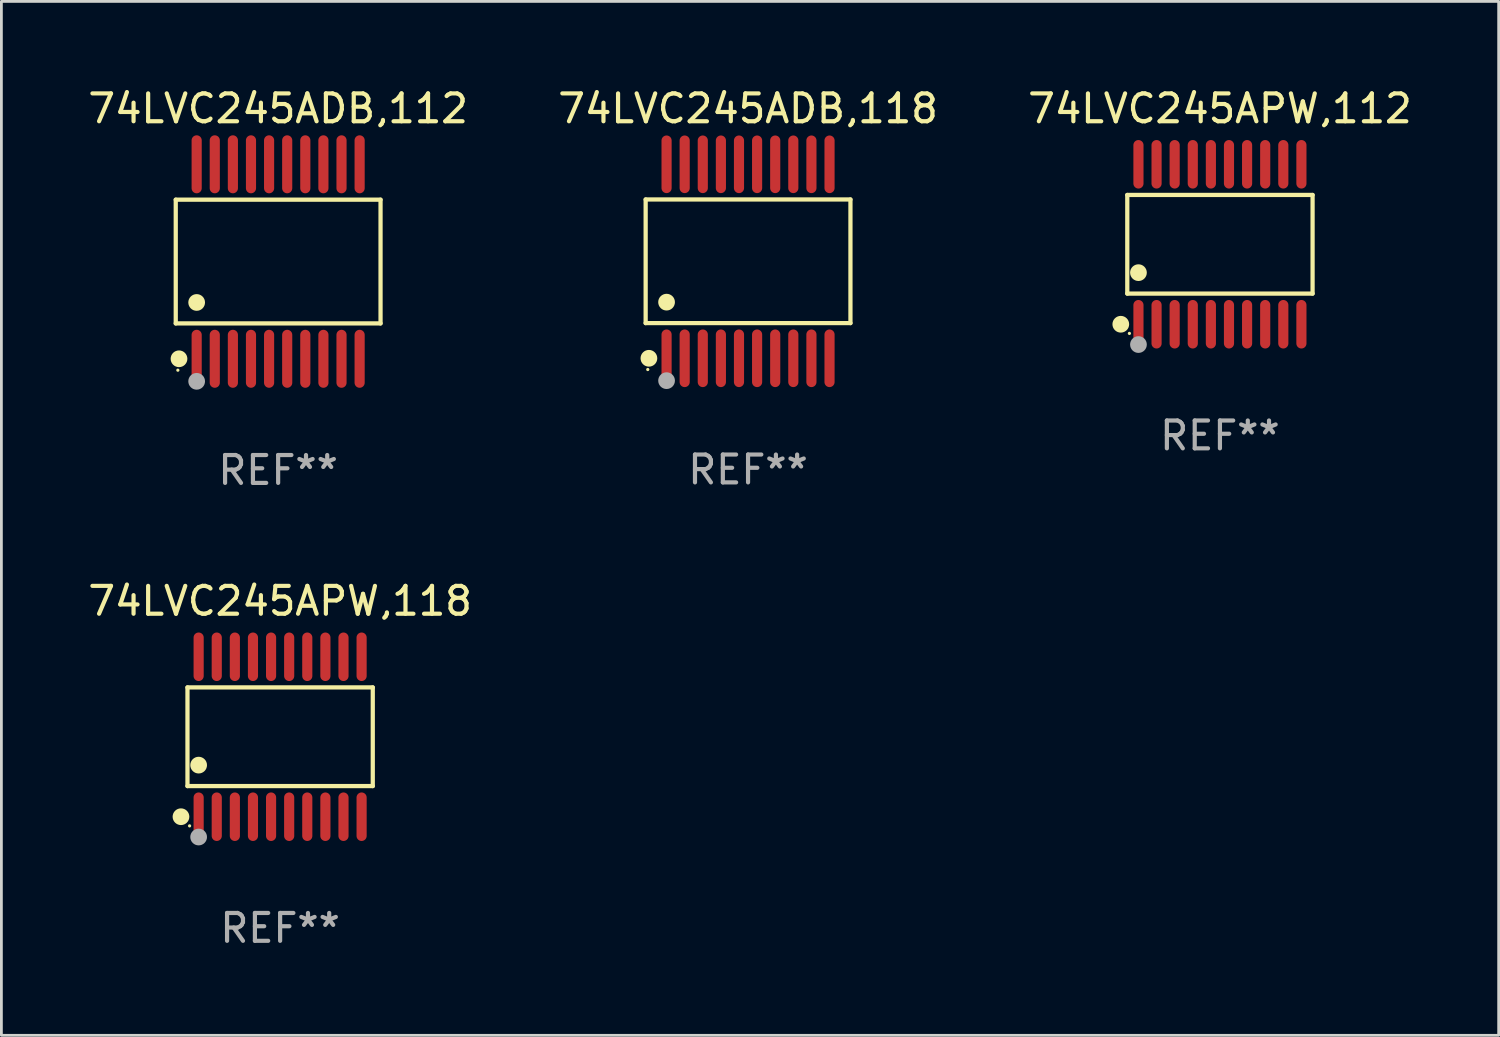
<source format=kicad_pcb>
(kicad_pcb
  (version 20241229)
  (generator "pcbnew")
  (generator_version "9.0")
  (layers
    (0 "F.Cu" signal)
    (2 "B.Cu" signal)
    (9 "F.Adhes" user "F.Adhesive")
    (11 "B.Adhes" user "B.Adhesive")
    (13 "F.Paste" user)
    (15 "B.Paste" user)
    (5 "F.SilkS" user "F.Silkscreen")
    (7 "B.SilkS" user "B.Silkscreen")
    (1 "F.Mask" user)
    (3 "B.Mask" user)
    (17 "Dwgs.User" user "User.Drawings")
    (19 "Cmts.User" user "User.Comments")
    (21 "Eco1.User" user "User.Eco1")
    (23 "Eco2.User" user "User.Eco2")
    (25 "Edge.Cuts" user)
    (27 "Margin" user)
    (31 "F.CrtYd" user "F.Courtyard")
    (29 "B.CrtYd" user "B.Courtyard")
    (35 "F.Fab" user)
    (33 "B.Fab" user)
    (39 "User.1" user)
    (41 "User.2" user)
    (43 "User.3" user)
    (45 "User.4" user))
  (footprint "74LVC245APW,118"
    (layer "F.Cu")
    (at 7.006 23.398)
    (property "Reference" "74LVC245APW,118" (at 0 -4.871 0) (layer "F.SilkS") (effects (font (size 1 1) (thickness 0.15))))
    (attr through_hole)
    (fp_line (start -3.326 -1.771) (end 3.326 -1.771) (stroke (width 0.152) (type solid)) (layer "F.SilkS"))
    (fp_line (start -3.326 1.771) (end -3.326 -1.771) (stroke (width 0.152) (type solid)) (layer "F.SilkS"))
    (fp_line (start 3.326 -1.771) (end 3.326 1.771) (stroke (width 0.152) (type solid)) (layer "F.SilkS"))
    (fp_line (start 3.326 1.771) (end -3.326 1.771) (stroke (width 0.152) (type solid)) (layer "F.SilkS"))
    (fp_circle (center -3.559 2.871) (end -3.409 2.871) (stroke (width 0.3) (type solid)) (fill no) (layer "F.SilkS"))
    (fp_circle (center -3.25 3.2) (end -3.22 3.2) (stroke (width 0.06) (type solid)) (fill no) (layer "F.SilkS"))
    (fp_circle (center -2.925 1.019) (end -2.775 1.019) (stroke (width 0.3) (type solid)) (fill no) (layer "F.SilkS"))
    (fp_circle (center -2.925 3.6) (end -2.775 3.6) (stroke (width 0.3) (type solid)) (fill no) (layer "F.Fab"))
    (fp_text user "REF**" (at 0 6.871 0) (layer "F.Fab") (effects (font (size 1 1) (thickness 0.15))))
    (pad "1" smd oval (at -2.925 2.871) (size 0.364 1.742) (layers "F.Cu" "F.Mask" "F.Paste"))
    (pad "2" smd oval (at -2.275 2.871) (size 0.364 1.742) (layers "F.Cu" "F.Mask" "F.Paste"))
    (pad "3" smd oval (at -1.625 2.871) (size 0.364 1.742) (layers "F.Cu" "F.Mask" "F.Paste"))
    (pad "4" smd oval (at -0.975 2.871) (size 0.364 1.742) (layers "F.Cu" "F.Mask" "F.Paste"))
    (pad "5" smd oval (at -0.325 2.871) (size 0.364 1.742) (layers "F.Cu" "F.Mask" "F.Paste"))
    (pad "6" smd oval (at 0.325 2.871) (size 0.364 1.742) (layers "F.Cu" "F.Mask" "F.Paste"))
    (pad "7" smd oval (at 0.975 2.871) (size 0.364 1.742) (layers "F.Cu" "F.Mask" "F.Paste"))
    (pad "8" smd oval (at 1.625 2.871) (size 0.364 1.742) (layers "F.Cu" "F.Mask" "F.Paste"))
    (pad "9" smd oval (at 2.275 2.871) (size 0.364 1.742) (layers "F.Cu" "F.Mask" "F.Paste"))
    (pad "10" smd oval (at 2.925 2.871) (size 0.364 1.742) (layers "F.Cu" "F.Mask" "F.Paste"))
    (pad "11" smd oval (at 2.925 -2.871) (size 0.364 1.742) (layers "F.Cu" "F.Mask" "F.Paste"))
    (pad "12" smd oval (at 2.275 -2.871) (size 0.364 1.742) (layers "F.Cu" "F.Mask" "F.Paste"))
    (pad "13" smd oval (at 1.625 -2.871) (size 0.364 1.742) (layers "F.Cu" "F.Mask" "F.Paste"))
    (pad "14" smd oval (at 0.975 -2.871) (size 0.364 1.742) (layers "F.Cu" "F.Mask" "F.Paste"))
    (pad "15" smd oval (at 0.325 -2.871) (size 0.364 1.742) (layers "F.Cu" "F.Mask" "F.Paste"))
    (pad "16" smd oval (at -0.325 -2.871) (size 0.364 1.742) (layers "F.Cu" "F.Mask" "F.Paste"))
    (pad "17" smd oval (at -0.975 -2.871) (size 0.364 1.742) (layers "F.Cu" "F.Mask" "F.Paste"))
    (pad "18" smd oval (at -1.625 -2.871) (size 0.364 1.742) (layers "F.Cu" "F.Mask" "F.Paste"))
    (pad "19" smd oval (at -2.275 -2.871) (size 0.364 1.742) (layers "F.Cu" "F.Mask" "F.Paste"))
    (pad "20" smd oval (at -2.925 -2.871) (size 0.364 1.742) (layers "F.Cu" "F.Mask" "F.Paste")))
  (footprint "74LVC245ADB,112"
    (layer "F.Cu")
    (at 6.935 6.339)
    (property "Reference" "74LVC245ADB,112" (at 0 -5.491 0) (layer "F.SilkS") (effects (font (size 1 1) (thickness 0.15))))
    (attr through_hole)
    (fp_line (start -3.676 -2.221) (end 3.676 -2.221) (stroke (width 0.152) (type solid)) (layer "F.SilkS"))
    (fp_line (start -3.676 2.221) (end -3.676 -2.221) (stroke (width 0.152) (type solid)) (layer "F.SilkS"))
    (fp_line (start 3.676 -2.221) (end 3.676 2.221) (stroke (width 0.152) (type solid)) (layer "F.SilkS"))
    (fp_line (start 3.676 2.221) (end -3.676 2.221) (stroke (width 0.152) (type solid)) (layer "F.SilkS"))
    (fp_circle (center -3.6 3.9) (end -3.57 3.9) (stroke (width 0.06) (type solid)) (fill no) (layer "F.SilkS"))
    (fp_circle (center -3.559 3.491) (end -3.409 3.491) (stroke (width 0.3) (type solid)) (fill no) (layer "F.SilkS"))
    (fp_circle (center -2.925 1.469) (end -2.775 1.469) (stroke (width 0.3) (type solid)) (fill no) (layer "F.SilkS"))
    (fp_circle (center -2.925 4.3) (end -2.775 4.3) (stroke (width 0.3) (type solid)) (fill no) (layer "F.Fab"))
    (fp_text user "REF**" (at 0 7.491 0) (layer "F.Fab") (effects (font (size 1 1) (thickness 0.15))))
    (pad "1" smd oval (at -2.925 3.491) (size 0.364 2.082) (layers "F.Cu" "F.Mask" "F.Paste"))
    (pad "2" smd oval (at -2.275 3.491) (size 0.364 2.082) (layers "F.Cu" "F.Mask" "F.Paste"))
    (pad "3" smd oval (at -1.625 3.491) (size 0.364 2.082) (layers "F.Cu" "F.Mask" "F.Paste"))
    (pad "4" smd oval (at -0.975 3.491) (size 0.364 2.082) (layers "F.Cu" "F.Mask" "F.Paste"))
    (pad "5" smd oval (at -0.325 3.491) (size 0.364 2.082) (layers "F.Cu" "F.Mask" "F.Paste"))
    (pad "6" smd oval (at 0.325 3.491) (size 0.364 2.082) (layers "F.Cu" "F.Mask" "F.Paste"))
    (pad "7" smd oval (at 0.975 3.491) (size 0.364 2.082) (layers "F.Cu" "F.Mask" "F.Paste"))
    (pad "8" smd oval (at 1.625 3.491) (size 0.364 2.082) (layers "F.Cu" "F.Mask" "F.Paste"))
    (pad "9" smd oval (at 2.275 3.491) (size 0.364 2.082) (layers "F.Cu" "F.Mask" "F.Paste"))
    (pad "10" smd oval (at 2.925 3.491) (size 0.364 2.082) (layers "F.Cu" "F.Mask" "F.Paste"))
    (pad "11" smd oval (at 2.925 -3.491) (size 0.364 2.082) (layers "F.Cu" "F.Mask" "F.Paste"))
    (pad "12" smd oval (at 2.275 -3.491) (size 0.364 2.082) (layers "F.Cu" "F.Mask" "F.Paste"))
    (pad "13" smd oval (at 1.625 -3.491) (size 0.364 2.082) (layers "F.Cu" "F.Mask" "F.Paste"))
    (pad "14" smd oval (at 0.975 -3.491) (size 0.364 2.082) (layers "F.Cu" "F.Mask" "F.Paste"))
    (pad "15" smd oval (at 0.325 -3.491) (size 0.364 2.082) (layers "F.Cu" "F.Mask" "F.Paste"))
    (pad "16" smd oval (at -0.325 -3.491) (size 0.364 2.082) (layers "F.Cu" "F.Mask" "F.Paste"))
    (pad "17" smd oval (at -0.975 -3.491) (size 0.364 2.082) (layers "F.Cu" "F.Mask" "F.Paste"))
    (pad "18" smd oval (at -1.625 -3.491) (size 0.364 2.082) (layers "F.Cu" "F.Mask" "F.Paste"))
    (pad "19" smd oval (at -2.275 -3.491) (size 0.364 2.082) (layers "F.Cu" "F.Mask" "F.Paste"))
    (pad "20" smd oval (at -2.925 -3.491) (size 0.364 2.082) (layers "F.Cu" "F.Mask" "F.Paste")))
  (footprint "74LVC245ADB,118"
    (layer "F.Cu")
    (at 23.804 6.33)
    (property "Reference" "74LVC245ADB,118" (at 0 -5.482 0) (layer "F.SilkS") (effects (font (size 1 1) (thickness 0.15))))
    (attr through_hole)
    (fp_line (start -3.676 -2.219) (end 3.676 -2.219) (stroke (width 0.152) (type solid)) (layer "F.SilkS"))
    (fp_line (start -3.676 2.219) (end -3.676 -2.219) (stroke (width 0.152) (type solid)) (layer "F.SilkS"))
    (fp_line (start 3.676 -2.219) (end 3.676 2.219) (stroke (width 0.152) (type solid)) (layer "F.SilkS"))
    (fp_line (start 3.676 2.219) (end -3.676 2.219) (stroke (width 0.152) (type solid)) (layer "F.SilkS"))
    (fp_circle (center -3.6 3.885) (end -3.57 3.885) (stroke (width 0.06) (type solid)) (fill no) (layer "F.SilkS"))
    (fp_circle (center -3.559 3.482) (end -3.409 3.482) (stroke (width 0.3) (type solid)) (fill no) (layer "F.SilkS"))
    (fp_circle (center -2.925 1.467) (end -2.775 1.467) (stroke (width 0.3) (type solid)) (fill no) (layer "F.SilkS"))
    (fp_circle (center -2.925 4.285) (end -2.775 4.285) (stroke (width 0.3) (type solid)) (fill no) (layer "F.Fab"))
    (fp_text user "REF**" (at 0 7.482 0) (layer "F.Fab") (effects (font (size 1 1) (thickness 0.15))))
    (pad "1" smd oval (at -2.925 3.482) (size 0.364 2.069) (layers "F.Cu" "F.Mask" "F.Paste"))
    (pad "2" smd oval (at -2.275 3.482) (size 0.364 2.069) (layers "F.Cu" "F.Mask" "F.Paste"))
    (pad "3" smd oval (at -1.625 3.482) (size 0.364 2.069) (layers "F.Cu" "F.Mask" "F.Paste"))
    (pad "4" smd oval (at -0.975 3.482) (size 0.364 2.069) (layers "F.Cu" "F.Mask" "F.Paste"))
    (pad "5" smd oval (at -0.325 3.482) (size 0.364 2.069) (layers "F.Cu" "F.Mask" "F.Paste"))
    (pad "6" smd oval (at 0.325 3.482) (size 0.364 2.069) (layers "F.Cu" "F.Mask" "F.Paste"))
    (pad "7" smd oval (at 0.975 3.482) (size 0.364 2.069) (layers "F.Cu" "F.Mask" "F.Paste"))
    (pad "8" smd oval (at 1.625 3.482) (size 0.364 2.069) (layers "F.Cu" "F.Mask" "F.Paste"))
    (pad "9" smd oval (at 2.275 3.482) (size 0.364 2.069) (layers "F.Cu" "F.Mask" "F.Paste"))
    (pad "10" smd oval (at 2.925 3.482) (size 0.364 2.069) (layers "F.Cu" "F.Mask" "F.Paste"))
    (pad "11" smd oval (at 2.925 -3.482) (size 0.364 2.069) (layers "F.Cu" "F.Mask" "F.Paste"))
    (pad "12" smd oval (at 2.275 -3.482) (size 0.364 2.069) (layers "F.Cu" "F.Mask" "F.Paste"))
    (pad "13" smd oval (at 1.625 -3.482) (size 0.364 2.069) (layers "F.Cu" "F.Mask" "F.Paste"))
    (pad "14" smd oval (at 0.975 -3.482) (size 0.364 2.069) (layers "F.Cu" "F.Mask" "F.Paste"))
    (pad "15" smd oval (at 0.325 -3.482) (size 0.364 2.069) (layers "F.Cu" "F.Mask" "F.Paste"))
    (pad "16" smd oval (at -0.325 -3.482) (size 0.364 2.069) (layers "F.Cu" "F.Mask" "F.Paste"))
    (pad "17" smd oval (at -0.975 -3.482) (size 0.364 2.069) (layers "F.Cu" "F.Mask" "F.Paste"))
    (pad "18" smd oval (at -1.625 -3.482) (size 0.364 2.069) (layers "F.Cu" "F.Mask" "F.Paste"))
    (pad "19" smd oval (at -2.275 -3.482) (size 0.364 2.069) (layers "F.Cu" "F.Mask" "F.Paste"))
    (pad "20" smd oval (at -2.925 -3.482) (size 0.364 2.069) (layers "F.Cu" "F.Mask" "F.Paste")))
  (footprint "74LVC245APW,112"
    (layer "F.Cu")
    (at 40.744 5.719)
    (property "Reference" "74LVC245APW,112" (at 0 -4.871 0) (layer "F.SilkS") (effects (font (size 1 1) (thickness 0.15))))
    (attr through_hole)
    (fp_line (start -3.326 -1.771) (end 3.326 -1.771) (stroke (width 0.152) (type solid)) (layer "F.SilkS"))
    (fp_line (start -3.326 1.771) (end -3.326 -1.771) (stroke (width 0.152) (type solid)) (layer "F.SilkS"))
    (fp_line (start 3.326 -1.771) (end 3.326 1.771) (stroke (width 0.152) (type solid)) (layer "F.SilkS"))
    (fp_line (start 3.326 1.771) (end -3.326 1.771) (stroke (width 0.152) (type solid)) (layer "F.SilkS"))
    (fp_circle (center -3.559 2.871) (end -3.409 2.871) (stroke (width 0.3) (type solid)) (fill no) (layer "F.SilkS"))
    (fp_circle (center -3.25 3.2) (end -3.22 3.2) (stroke (width 0.06) (type solid)) (fill no) (layer "F.SilkS"))
    (fp_circle (center -2.925 1.019) (end -2.775 1.019) (stroke (width 0.3) (type solid)) (fill no) (layer "F.SilkS"))
    (fp_circle (center -2.925 3.6) (end -2.775 3.6) (stroke (width 0.3) (type solid)) (fill no) (layer "F.Fab"))
    (fp_text user "REF**" (at 0 6.871 0) (layer "F.Fab") (effects (font (size 1 1) (thickness 0.15))))
    (pad "1" smd oval (at -2.925 2.871) (size 0.364 1.742) (layers "F.Cu" "F.Mask" "F.Paste"))
    (pad "2" smd oval (at -2.275 2.871) (size 0.364 1.742) (layers "F.Cu" "F.Mask" "F.Paste"))
    (pad "3" smd oval (at -1.625 2.871) (size 0.364 1.742) (layers "F.Cu" "F.Mask" "F.Paste"))
    (pad "4" smd oval (at -0.975 2.871) (size 0.364 1.742) (layers "F.Cu" "F.Mask" "F.Paste"))
    (pad "5" smd oval (at -0.325 2.871) (size 0.364 1.742) (layers "F.Cu" "F.Mask" "F.Paste"))
    (pad "6" smd oval (at 0.325 2.871) (size 0.364 1.742) (layers "F.Cu" "F.Mask" "F.Paste"))
    (pad "7" smd oval (at 0.975 2.871) (size 0.364 1.742) (layers "F.Cu" "F.Mask" "F.Paste"))
    (pad "8" smd oval (at 1.625 2.871) (size 0.364 1.742) (layers "F.Cu" "F.Mask" "F.Paste"))
    (pad "9" smd oval (at 2.275 2.871) (size 0.364 1.742) (layers "F.Cu" "F.Mask" "F.Paste"))
    (pad "10" smd oval (at 2.925 2.871) (size 0.364 1.742) (layers "F.Cu" "F.Mask" "F.Paste"))
    (pad "11" smd oval (at 2.925 -2.871) (size 0.364 1.742) (layers "F.Cu" "F.Mask" "F.Paste"))
    (pad "12" smd oval (at 2.275 -2.871) (size 0.364 1.742) (layers "F.Cu" "F.Mask" "F.Paste"))
    (pad "13" smd oval (at 1.625 -2.871) (size 0.364 1.742) (layers "F.Cu" "F.Mask" "F.Paste"))
    (pad "14" smd oval (at 0.975 -2.871) (size 0.364 1.742) (layers "F.Cu" "F.Mask" "F.Paste"))
    (pad "15" smd oval (at 0.325 -2.871) (size 0.364 1.742) (layers "F.Cu" "F.Mask" "F.Paste"))
    (pad "16" smd oval (at -0.325 -2.871) (size 0.364 1.742) (layers "F.Cu" "F.Mask" "F.Paste"))
    (pad "17" smd oval (at -0.975 -2.871) (size 0.364 1.742) (layers "F.Cu" "F.Mask" "F.Paste"))
    (pad "18" smd oval (at -1.625 -2.871) (size 0.364 1.742) (layers "F.Cu" "F.Mask" "F.Paste"))
    (pad "19" smd oval (at -2.275 -2.871) (size 0.364 1.742) (layers "F.Cu" "F.Mask" "F.Paste"))
    (pad "20" smd oval (at -2.925 -2.871) (size 0.364 1.742) (layers "F.Cu" "F.Mask" "F.Paste")))
  (gr_rect
    (start -3 -3)
    (end 50.75 34.117)
    (stroke (width 0.1) (type default))
    (fill no)
    (layer "Edge.Cuts")))
</source>
